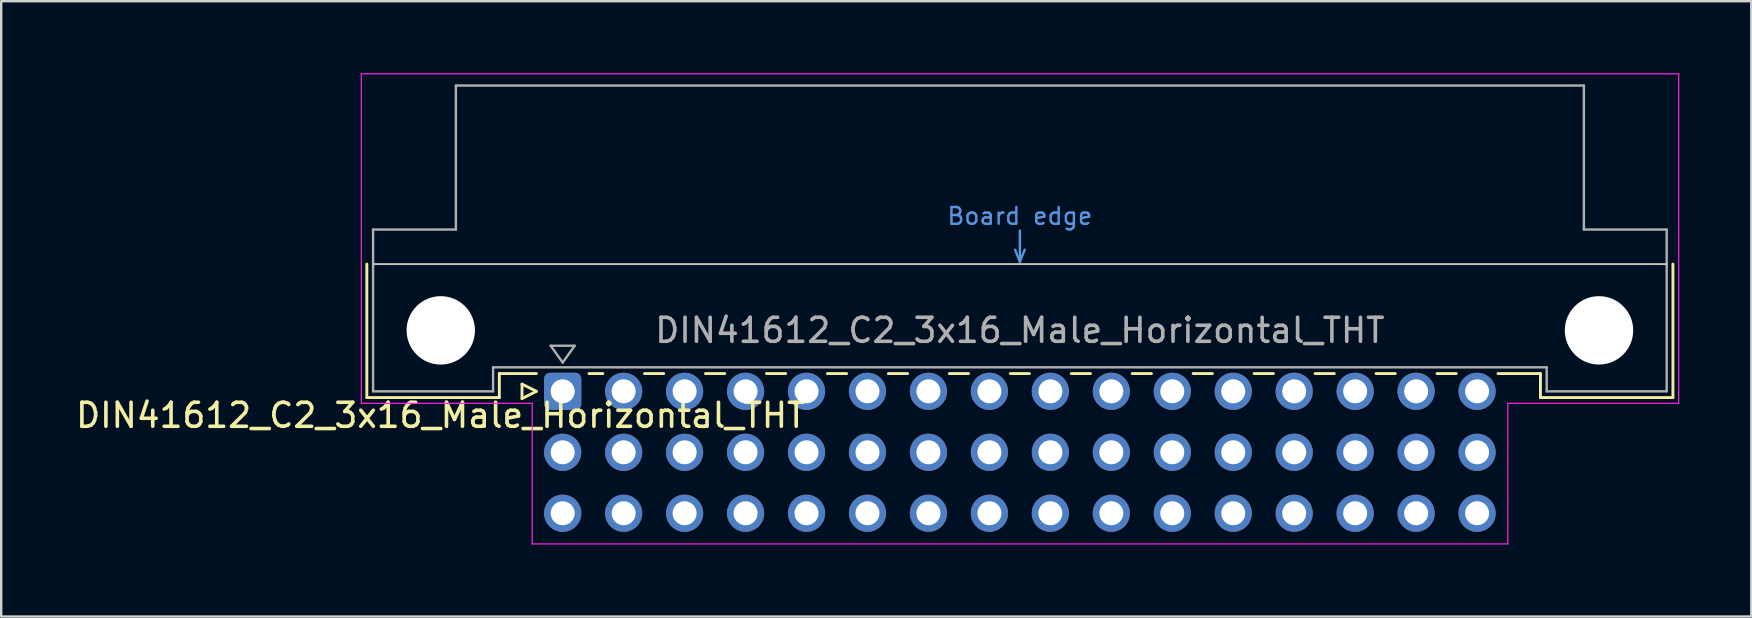
<source format=kicad_pcb>
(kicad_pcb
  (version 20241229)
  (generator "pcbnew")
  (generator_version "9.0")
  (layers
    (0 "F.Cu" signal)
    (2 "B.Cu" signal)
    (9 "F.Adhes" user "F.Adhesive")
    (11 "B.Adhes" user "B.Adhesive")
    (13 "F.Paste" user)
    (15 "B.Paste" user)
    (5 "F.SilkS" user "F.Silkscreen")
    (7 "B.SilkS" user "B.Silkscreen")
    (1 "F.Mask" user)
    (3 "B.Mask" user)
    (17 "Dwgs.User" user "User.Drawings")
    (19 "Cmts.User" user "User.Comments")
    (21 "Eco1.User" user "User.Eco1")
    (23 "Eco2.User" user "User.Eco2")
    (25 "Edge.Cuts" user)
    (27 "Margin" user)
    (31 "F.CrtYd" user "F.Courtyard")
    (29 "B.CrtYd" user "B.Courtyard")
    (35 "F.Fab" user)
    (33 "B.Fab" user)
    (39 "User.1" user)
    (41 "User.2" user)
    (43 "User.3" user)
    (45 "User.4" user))
  (footprint "DIN41612_C2_3x16_Male_Horizontal_THT"
    (layer "F.Cu")
    (at 20.395 13.255)
    (property "Reference" "DIN41612_C2_3x16_Male_Horizontal_THT" (at -5.08 1 0) (layer "F.SilkS") (effects (font (size 1 1) (thickness 0.15))))
    (attr through_hole)
    (fp_line (start -8.16 -5.3) (end -8.16 0.26) (stroke (width 0.12) (type solid)) (layer "F.SilkS"))
    (fp_line (start -8.16 0.26) (end -2.64 0.26) (stroke (width 0.12) (type solid)) (layer "F.SilkS"))
    (fp_line (start -2.64 -0.74) (end -1.095 -0.74) (stroke (width 0.12) (type solid)) (layer "F.SilkS"))
    (fp_line (start -2.64 0.26) (end -2.64 -0.74) (stroke (width 0.12) (type solid)) (layer "F.SilkS"))
    (fp_line (start -1.695 -0.3) (end -1.695 0.3) (stroke (width 0.12) (type solid)) (layer "F.SilkS"))
    (fp_line (start -1.695 0.3) (end -1.095 0) (stroke (width 0.12) (type solid)) (layer "F.SilkS"))
    (fp_line (start -1.095 0) (end -1.695 -0.3) (stroke (width 0.12) (type solid)) (layer "F.SilkS"))
    (fp_line (start 1.095 -0.74) (end 1.671 -0.74) (stroke (width 0.12) (type solid)) (layer "F.SilkS"))
    (fp_line (start 3.41 -0.74) (end 4.211 -0.74) (stroke (width 0.12) (type solid)) (layer "F.SilkS"))
    (fp_line (start 5.95 -0.74) (end 6.751 -0.74) (stroke (width 0.12) (type solid)) (layer "F.SilkS"))
    (fp_line (start 8.49 -0.74) (end 9.291 -0.74) (stroke (width 0.12) (type solid)) (layer "F.SilkS"))
    (fp_line (start 11.03 -0.74) (end 11.831 -0.74) (stroke (width 0.12) (type solid)) (layer "F.SilkS"))
    (fp_line (start 13.57 -0.74) (end 14.371 -0.74) (stroke (width 0.12) (type solid)) (layer "F.SilkS"))
    (fp_line (start 16.11 -0.74) (end 16.911 -0.74) (stroke (width 0.12) (type solid)) (layer "F.SilkS"))
    (fp_line (start 18.65 -0.74) (end 19.451 -0.74) (stroke (width 0.12) (type solid)) (layer "F.SilkS"))
    (fp_line (start 21.19 -0.74) (end 21.991 -0.74) (stroke (width 0.12) (type solid)) (layer "F.SilkS"))
    (fp_line (start 23.73 -0.74) (end 24.531 -0.74) (stroke (width 0.12) (type solid)) (layer "F.SilkS"))
    (fp_line (start 26.27 -0.74) (end 27.071 -0.74) (stroke (width 0.12) (type solid)) (layer "F.SilkS"))
    (fp_line (start 28.81 -0.74) (end 29.611 -0.74) (stroke (width 0.12) (type solid)) (layer "F.SilkS"))
    (fp_line (start 31.35 -0.74) (end 32.151 -0.74) (stroke (width 0.12) (type solid)) (layer "F.SilkS"))
    (fp_line (start 33.89 -0.74) (end 34.691 -0.74) (stroke (width 0.12) (type solid)) (layer "F.SilkS"))
    (fp_line (start 36.43 -0.74) (end 37.231 -0.74) (stroke (width 0.12) (type solid)) (layer "F.SilkS"))
    (fp_line (start 38.97 -0.74) (end 40.74 -0.74) (stroke (width 0.12) (type solid)) (layer "F.SilkS"))
    (fp_line (start 40.74 0.26) (end 40.74 -0.74) (stroke (width 0.12) (type solid)) (layer "F.SilkS"))
    (fp_line (start 46.26 -5.3) (end 46.26 0.26) (stroke (width 0.12) (type solid)) (layer "F.SilkS"))
    (fp_line (start 46.26 0.26) (end 40.74 0.26) (stroke (width 0.12) (type solid)) (layer "F.SilkS"))
    (fp_line (start -7.9 -5.3) (end 46 -5.3) (stroke (width 0.08) (type solid)) (layer "Dwgs.User"))
    (fp_line (start 18.85 -5.9) (end 19.05 -5.4) (stroke (width 0.1) (type solid)) (layer "Cmts.User"))
    (fp_line (start 19.05 -5.4) (end 19.05 -6.7) (stroke (width 0.1) (type solid)) (layer "Cmts.User"))
    (fp_line (start 19.05 -5.4) (end 19.25 -5.9) (stroke (width 0.1) (type solid)) (layer "Cmts.User"))
    (fp_line (start -8.39 -13.23) (end -8.39 0.5) (stroke (width 0.05) (type solid)) (layer "F.CrtYd"))
    (fp_line (start -8.39 0.5) (end -1.27 0.5) (stroke (width 0.05) (type solid)) (layer "F.CrtYd"))
    (fp_line (start -1.27 0.5) (end -1.27 6.36) (stroke (width 0.05) (type solid)) (layer "F.CrtYd"))
    (fp_line (start -1.27 6.36) (end 39.38 6.36) (stroke (width 0.05) (type solid)) (layer "F.CrtYd"))
    (fp_line (start 39.38 0.5) (end 46.5 0.5) (stroke (width 0.05) (type solid)) (layer "F.CrtYd"))
    (fp_line (start 39.38 6.36) (end 39.38 0.5) (stroke (width 0.05) (type solid)) (layer "F.CrtYd"))
    (fp_line (start 46.5 -13.23) (end -8.39 -13.23) (stroke (width 0.05) (type solid)) (layer "F.CrtYd"))
    (fp_line (start 46.5 0.5) (end 46.5 -13.23) (stroke (width 0.05) (type solid)) (layer "F.CrtYd"))
    (fp_line (start -7.9 -6.74) (end -7.9 0) (stroke (width 0.1) (type solid)) (layer "F.Fab"))
    (fp_line (start -7.9 0) (end -2.9 0) (stroke (width 0.1) (type solid)) (layer "F.Fab"))
    (fp_line (start -4.45 -12.74) (end -4.45 -6.74) (stroke (width 0.1) (type solid)) (layer "F.Fab"))
    (fp_line (start -4.45 -6.74) (end -7.9 -6.74) (stroke (width 0.1) (type solid)) (layer "F.Fab"))
    (fp_line (start -2.9 -1) (end 41 -1) (stroke (width 0.1) (type solid)) (layer "F.Fab"))
    (fp_line (start -2.9 0) (end -2.9 -1) (stroke (width 0.1) (type solid)) (layer "F.Fab"))
    (fp_line (start -0.5 -1.9) (end 0.5 -1.9) (stroke (width 0.1) (type solid)) (layer "F.Fab"))
    (fp_line (start 0 -1.2) (end -0.5 -1.9) (stroke (width 0.1) (type solid)) (layer "F.Fab"))
    (fp_line (start 0.5 -1.9) (end 0 -1.2) (stroke (width 0.1) (type solid)) (layer "F.Fab"))
    (fp_line (start 41 -1) (end 41 0) (stroke (width 0.1) (type solid)) (layer "F.Fab"))
    (fp_line (start 41 0) (end 46 0) (stroke (width 0.1) (type solid)) (layer "F.Fab"))
    (fp_line (start 42.55 -12.74) (end -4.45 -12.74) (stroke (width 0.1) (type solid)) (layer "F.Fab"))
    (fp_line (start 42.55 -6.74) (end 42.55 -12.74) (stroke (width 0.1) (type solid)) (layer "F.Fab"))
    (fp_line (start 46 -6.74) (end 42.55 -6.74) (stroke (width 0.1) (type solid)) (layer "F.Fab"))
    (fp_line (start 46 0) (end 46 -6.74) (stroke (width 0.1) (type solid)) (layer "F.Fab"))
    (fp_text user "Board edge" (at 19.05 -7.3 0) (layer "Cmts.User") (effects (font (size 0.7 0.7) (thickness 0.1))))
    (fp_text user "${REFERENCE}" (at 19.05 -2.54 0) (layer "F.Fab") (effects (font (size 1 1) (thickness 0.15))))
    (pad "" np_thru_hole circle (at -5.08 -2.54) (size 2.85 2.85) (drill 2.85) (layers "*.Cu" "*.Mask"))
    (pad "" np_thru_hole circle (at 43.18 -2.54) (size 2.85 2.85) (drill 2.85) (layers "*.Cu" "*.Mask"))
    (pad "A1" thru_hole roundrect (at 0 0) (size 1.55 1.55) (drill 1) (layers "*.Cu" "*.Mask") (roundrect_rratio 0.161))
    (pad "A2" thru_hole circle (at 2.54 0) (size 1.55 1.55) (drill 1) (layers "*.Cu" "*.Mask"))
    (pad "A3" thru_hole circle (at 5.08 0) (size 1.55 1.55) (drill 1) (layers "*.Cu" "*.Mask"))
    (pad "A4" thru_hole circle (at 7.62 0) (size 1.55 1.55) (drill 1) (layers "*.Cu" "*.Mask"))
    (pad "A5" thru_hole circle (at 10.16 0) (size 1.55 1.55) (drill 1) (layers "*.Cu" "*.Mask"))
    (pad "A6" thru_hole circle (at 12.7 0) (size 1.55 1.55) (drill 1) (layers "*.Cu" "*.Mask"))
    (pad "A7" thru_hole circle (at 15.24 0) (size 1.55 1.55) (drill 1) (layers "*.Cu" "*.Mask"))
    (pad "A8" thru_hole circle (at 17.78 0) (size 1.55 1.55) (drill 1) (layers "*.Cu" "*.Mask"))
    (pad "A9" thru_hole circle (at 20.32 0) (size 1.55 1.55) (drill 1) (layers "*.Cu" "*.Mask"))
    (pad "A10" thru_hole circle (at 22.86 0) (size 1.55 1.55) (drill 1) (layers "*.Cu" "*.Mask"))
    (pad "A11" thru_hole circle (at 25.4 0) (size 1.55 1.55) (drill 1) (layers "*.Cu" "*.Mask"))
    (pad "A12" thru_hole circle (at 27.94 0) (size 1.55 1.55) (drill 1) (layers "*.Cu" "*.Mask"))
    (pad "A13" thru_hole circle (at 30.48 0) (size 1.55 1.55) (drill 1) (layers "*.Cu" "*.Mask"))
    (pad "A14" thru_hole circle (at 33.02 0) (size 1.55 1.55) (drill 1) (layers "*.Cu" "*.Mask"))
    (pad "A15" thru_hole circle (at 35.56 0) (size 1.55 1.55) (drill 1) (layers "*.Cu" "*.Mask"))
    (pad "A16" thru_hole circle (at 38.1 0) (size 1.55 1.55) (drill 1) (layers "*.Cu" "*.Mask"))
    (pad "B1" thru_hole circle (at 0 2.54) (size 1.55 1.55) (drill 1) (layers "*.Cu" "*.Mask"))
    (pad "B2" thru_hole circle (at 2.54 2.54) (size 1.55 1.55) (drill 1) (layers "*.Cu" "*.Mask"))
    (pad "B3" thru_hole circle (at 5.08 2.54) (size 1.55 1.55) (drill 1) (layers "*.Cu" "*.Mask"))
    (pad "B4" thru_hole circle (at 7.62 2.54) (size 1.55 1.55) (drill 1) (layers "*.Cu" "*.Mask"))
    (pad "B5" thru_hole circle (at 10.16 2.54) (size 1.55 1.55) (drill 1) (layers "*.Cu" "*.Mask"))
    (pad "B6" thru_hole circle (at 12.7 2.54) (size 1.55 1.55) (drill 1) (layers "*.Cu" "*.Mask"))
    (pad "B7" thru_hole circle (at 15.24 2.54) (size 1.55 1.55) (drill 1) (layers "*.Cu" "*.Mask"))
    (pad "B8" thru_hole circle (at 17.78 2.54) (size 1.55 1.55) (drill 1) (layers "*.Cu" "*.Mask"))
    (pad "B9" thru_hole circle (at 20.32 2.54) (size 1.55 1.55) (drill 1) (layers "*.Cu" "*.Mask"))
    (pad "B10" thru_hole circle (at 22.86 2.54) (size 1.55 1.55) (drill 1) (layers "*.Cu" "*.Mask"))
    (pad "B11" thru_hole circle (at 25.4 2.54) (size 1.55 1.55) (drill 1) (layers "*.Cu" "*.Mask"))
    (pad "B12" thru_hole circle (at 27.94 2.54) (size 1.55 1.55) (drill 1) (layers "*.Cu" "*.Mask"))
    (pad "B13" thru_hole circle (at 30.48 2.54) (size 1.55 1.55) (drill 1) (layers "*.Cu" "*.Mask"))
    (pad "B14" thru_hole circle (at 33.02 2.54) (size 1.55 1.55) (drill 1) (layers "*.Cu" "*.Mask"))
    (pad "B15" thru_hole circle (at 35.56 2.54) (size 1.55 1.55) (drill 1) (layers "*.Cu" "*.Mask"))
    (pad "B16" thru_hole circle (at 38.1 2.54) (size 1.55 1.55) (drill 1) (layers "*.Cu" "*.Mask"))
    (pad "C1" thru_hole circle (at 0 5.08) (size 1.55 1.55) (drill 1) (layers "*.Cu" "*.Mask"))
    (pad "C2" thru_hole circle (at 2.54 5.08) (size 1.55 1.55) (drill 1) (layers "*.Cu" "*.Mask"))
    (pad "C3" thru_hole circle (at 5.08 5.08) (size 1.55 1.55) (drill 1) (layers "*.Cu" "*.Mask"))
    (pad "C4" thru_hole circle (at 7.62 5.08) (size 1.55 1.55) (drill 1) (layers "*.Cu" "*.Mask"))
    (pad "C5" thru_hole circle (at 10.16 5.08) (size 1.55 1.55) (drill 1) (layers "*.Cu" "*.Mask"))
    (pad "C6" thru_hole circle (at 12.7 5.08) (size 1.55 1.55) (drill 1) (layers "*.Cu" "*.Mask"))
    (pad "C7" thru_hole circle (at 15.24 5.08) (size 1.55 1.55) (drill 1) (layers "*.Cu" "*.Mask"))
    (pad "C8" thru_hole circle (at 17.78 5.08) (size 1.55 1.55) (drill 1) (layers "*.Cu" "*.Mask"))
    (pad "C9" thru_hole circle (at 20.32 5.08) (size 1.55 1.55) (drill 1) (layers "*.Cu" "*.Mask"))
    (pad "C10" thru_hole circle (at 22.86 5.08) (size 1.55 1.55) (drill 1) (layers "*.Cu" "*.Mask"))
    (pad "C11" thru_hole circle (at 25.4 5.08) (size 1.55 1.55) (drill 1) (layers "*.Cu" "*.Mask"))
    (pad "C12" thru_hole circle (at 27.94 5.08) (size 1.55 1.55) (drill 1) (layers "*.Cu" "*.Mask"))
    (pad "C13" thru_hole circle (at 30.48 5.08) (size 1.55 1.55) (drill 1) (layers "*.Cu" "*.Mask"))
    (pad "C14" thru_hole circle (at 33.02 5.08) (size 1.55 1.55) (drill 1) (layers "*.Cu" "*.Mask"))
    (pad "C15" thru_hole circle (at 35.56 5.08) (size 1.55 1.55) (drill 1) (layers "*.Cu" "*.Mask"))
    (pad "C16" thru_hole circle (at 38.1 5.08) (size 1.55 1.55) (drill 1) (layers "*.Cu" "*.Mask")))
  (gr_rect
    (start -3 -3)
    (end 69.92 22.64)
    (stroke (width 0.1) (type default))
    (fill no)
    (layer "Edge.Cuts")))
</source>
